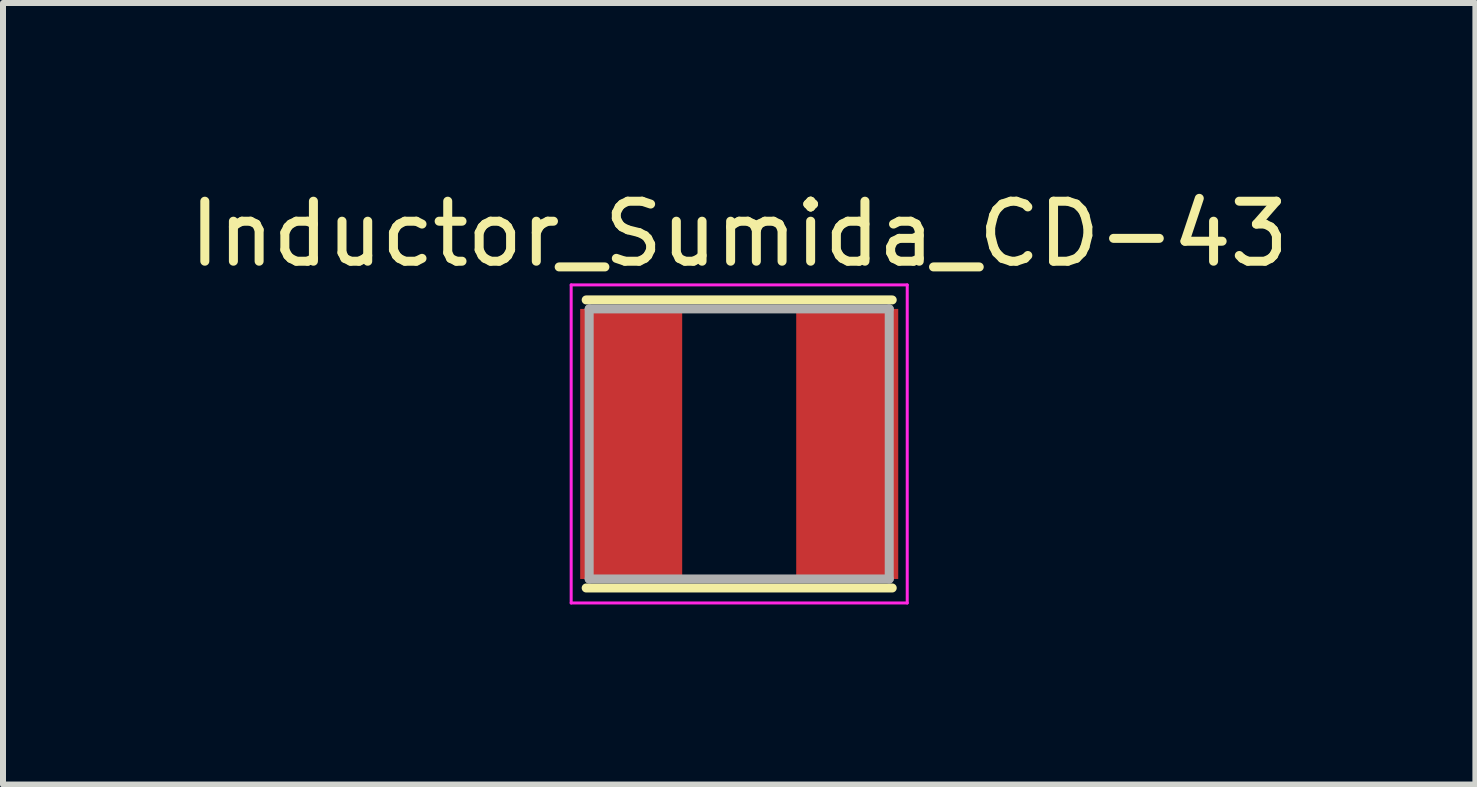
<source format=kicad_pcb>
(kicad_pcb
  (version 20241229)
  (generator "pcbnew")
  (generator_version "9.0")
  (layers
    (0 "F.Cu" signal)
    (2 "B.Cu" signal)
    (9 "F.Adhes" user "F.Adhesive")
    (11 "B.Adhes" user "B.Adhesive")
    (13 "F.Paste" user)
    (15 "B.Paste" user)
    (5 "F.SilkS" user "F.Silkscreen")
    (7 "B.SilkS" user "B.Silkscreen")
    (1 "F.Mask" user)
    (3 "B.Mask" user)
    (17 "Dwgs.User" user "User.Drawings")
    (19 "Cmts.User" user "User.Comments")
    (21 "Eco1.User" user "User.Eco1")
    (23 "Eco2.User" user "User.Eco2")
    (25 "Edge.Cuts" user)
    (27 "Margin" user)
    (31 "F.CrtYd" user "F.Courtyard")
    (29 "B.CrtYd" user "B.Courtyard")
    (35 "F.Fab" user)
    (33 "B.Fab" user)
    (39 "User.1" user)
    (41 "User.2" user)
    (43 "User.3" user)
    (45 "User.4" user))
  (footprint "Inductor_Sumida_CD-43"
    (layer "F.Cu")
    (at 9.268 4.348)
    (property "Reference" "Inductor_Sumida_CD-43" (at 0 -3.5 0) (layer "F.SilkS") (effects (font (size 1 1) (thickness 0.15))))
    (attr smd)
    (fp_line (start -2.55 -2.4) (end 2.55 -2.4) (stroke (width 0.15) (type solid)) (layer "F.SilkS"))
    (fp_line (start -2.55 2.4) (end 2.55 2.4) (stroke (width 0.15) (type solid)) (layer "F.SilkS"))
    (fp_line (start -2.8 -2.65) (end -2.8 2.65) (stroke (width 0.05) (type solid)) (layer "F.CrtYd"))
    (fp_line (start -2.8 2.65) (end 2.8 2.65) (stroke (width 0.05) (type solid)) (layer "F.CrtYd"))
    (fp_line (start 2.8 -2.65) (end -2.8 -2.65) (stroke (width 0.05) (type solid)) (layer "F.CrtYd"))
    (fp_line (start 2.8 2.65) (end 2.8 -2.65) (stroke (width 0.05) (type solid)) (layer "F.CrtYd"))
    (fp_line (start -2.5 -2.25) (end -2.5 2.25) (stroke (width 0.15) (type solid)) (layer "F.Fab"))
    (fp_line (start -2.5 2.25) (end 2.5 2.25) (stroke (width 0.15) (type solid)) (layer "F.Fab"))
    (fp_line (start 2.5 -2.25) (end -2.5 -2.25) (stroke (width 0.15) (type solid)) (layer "F.Fab"))
    (fp_line (start 2.5 2.25) (end 2.5 -2.25) (stroke (width 0.15) (type solid)) (layer "F.Fab"))
    (pad "1" smd rect (at -1.8 0) (size 1.7 4.5) (layers "F.Cu" "F.Mask" "F.Paste"))
    (pad "2" smd rect (at 1.8 0) (size 1.7 4.5) (layers "F.Cu" "F.Mask" "F.Paste")))
  (gr_rect
    (start -3 -3)
    (end 21.536 10.023)
    (stroke (width 0.1) (type default))
    (fill no)
    (layer "Edge.Cuts")))
</source>
